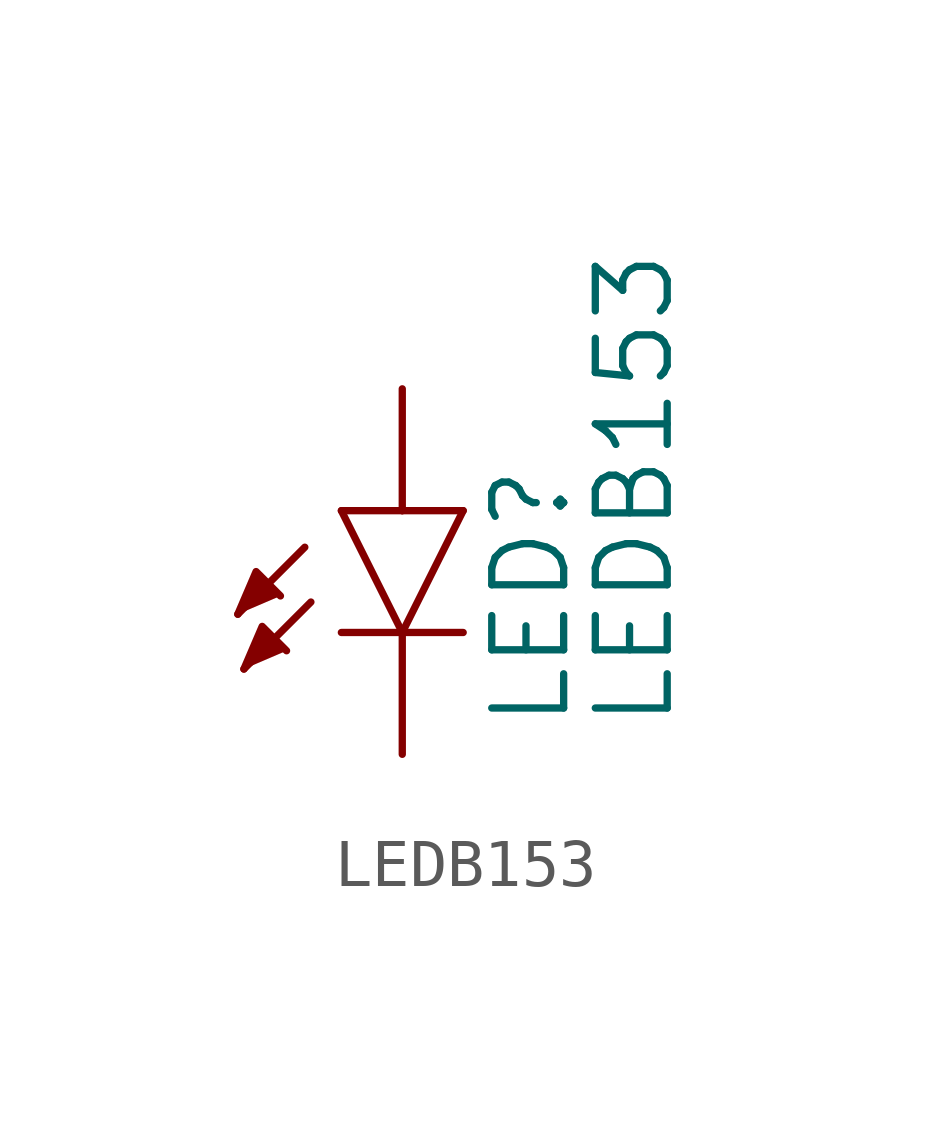
<source format=kicad_sym>
(kicad_symbol_lib
  (version 20211014)
  (generator kicad_symbol_editor)
  (symbol "LEDB153"
    (pin_names
      (offset 1.016))
    (property "Reference" "LED"
      (at 3.556 -4.572 90)
      (effects (font (size 1.499 1.499)) (justify left bottom)))
    (property "Value" "LEDB153"
      (at 5.715 -4.572 90)
      (effects (font (size 1.499 1.499)) (justify left bottom)))
    (property "ki_locked" ""
      (at 0 0 0)
      (effects (font (size 1.27 1.27))))
    (symbol "LEDB153_1_0"
      (polyline (pts (xy -2.032 -0.762) (xy -3.429 -2.159)) (stroke (width 0) (type default) (color 0 0 0 0)) (fill (type none)))
      (polyline (pts (xy -1.905 -1.905) (xy -3.302 -3.302)) (stroke (width 0) (type default) (color 0 0 0 0)) (fill (type none)))
      (polyline (pts (xy 0 -2.54) (xy -1.27 -2.54)) (stroke (width 0) (type default) (color 0 0 0 0)) (fill (type none)))
      (polyline (pts (xy 0 -2.54) (xy -1.27 0)) (stroke (width 0) (type default) (color 0 0 0 0)) (fill (type none)))
      (polyline (pts (xy 0 0) (xy -1.27 0)) (stroke (width 0) (type default) (color 0 0 0 0)) (fill (type none)))
      (polyline (pts (xy 1.27 -2.54) (xy 0 -2.54)) (stroke (width 0) (type default) (color 0 0 0 0)) (fill (type none)))
      (polyline (pts (xy 1.27 0) (xy 0 -2.54)) (stroke (width 0) (type default) (color 0 0 0 0)) (fill (type none)))
      (polyline (pts (xy 1.27 0) (xy 0 0)) (stroke (width 0) (type default) (color 0 0 0 0)) (fill (type none)))
      (polyline (pts (xy -3.429 -2.159) (xy -3.048 -1.27) (xy -2.54 -1.778)) (stroke (width 0) (type default) (color 0 0 0 0)) (fill (type outline)))
      (polyline (pts (xy -3.302 -3.302) (xy -2.921 -2.413) (xy -2.413 -2.921)) (stroke (width 0) (type default) (color 0 0 0 0)) (fill (type outline)))
      (pin passive line (at 0 2.54 270) (length 2.54) (name "A" (effects (font (size 0 0)))) (number "A" (effects (font (size 0 0)))))
      (pin passive line (at 0 -5.08 90) (length 2.54) (name "C" (effects (font (size 0 0)))) (number "K" (effects (font (size 0 0))))))))
</source>
